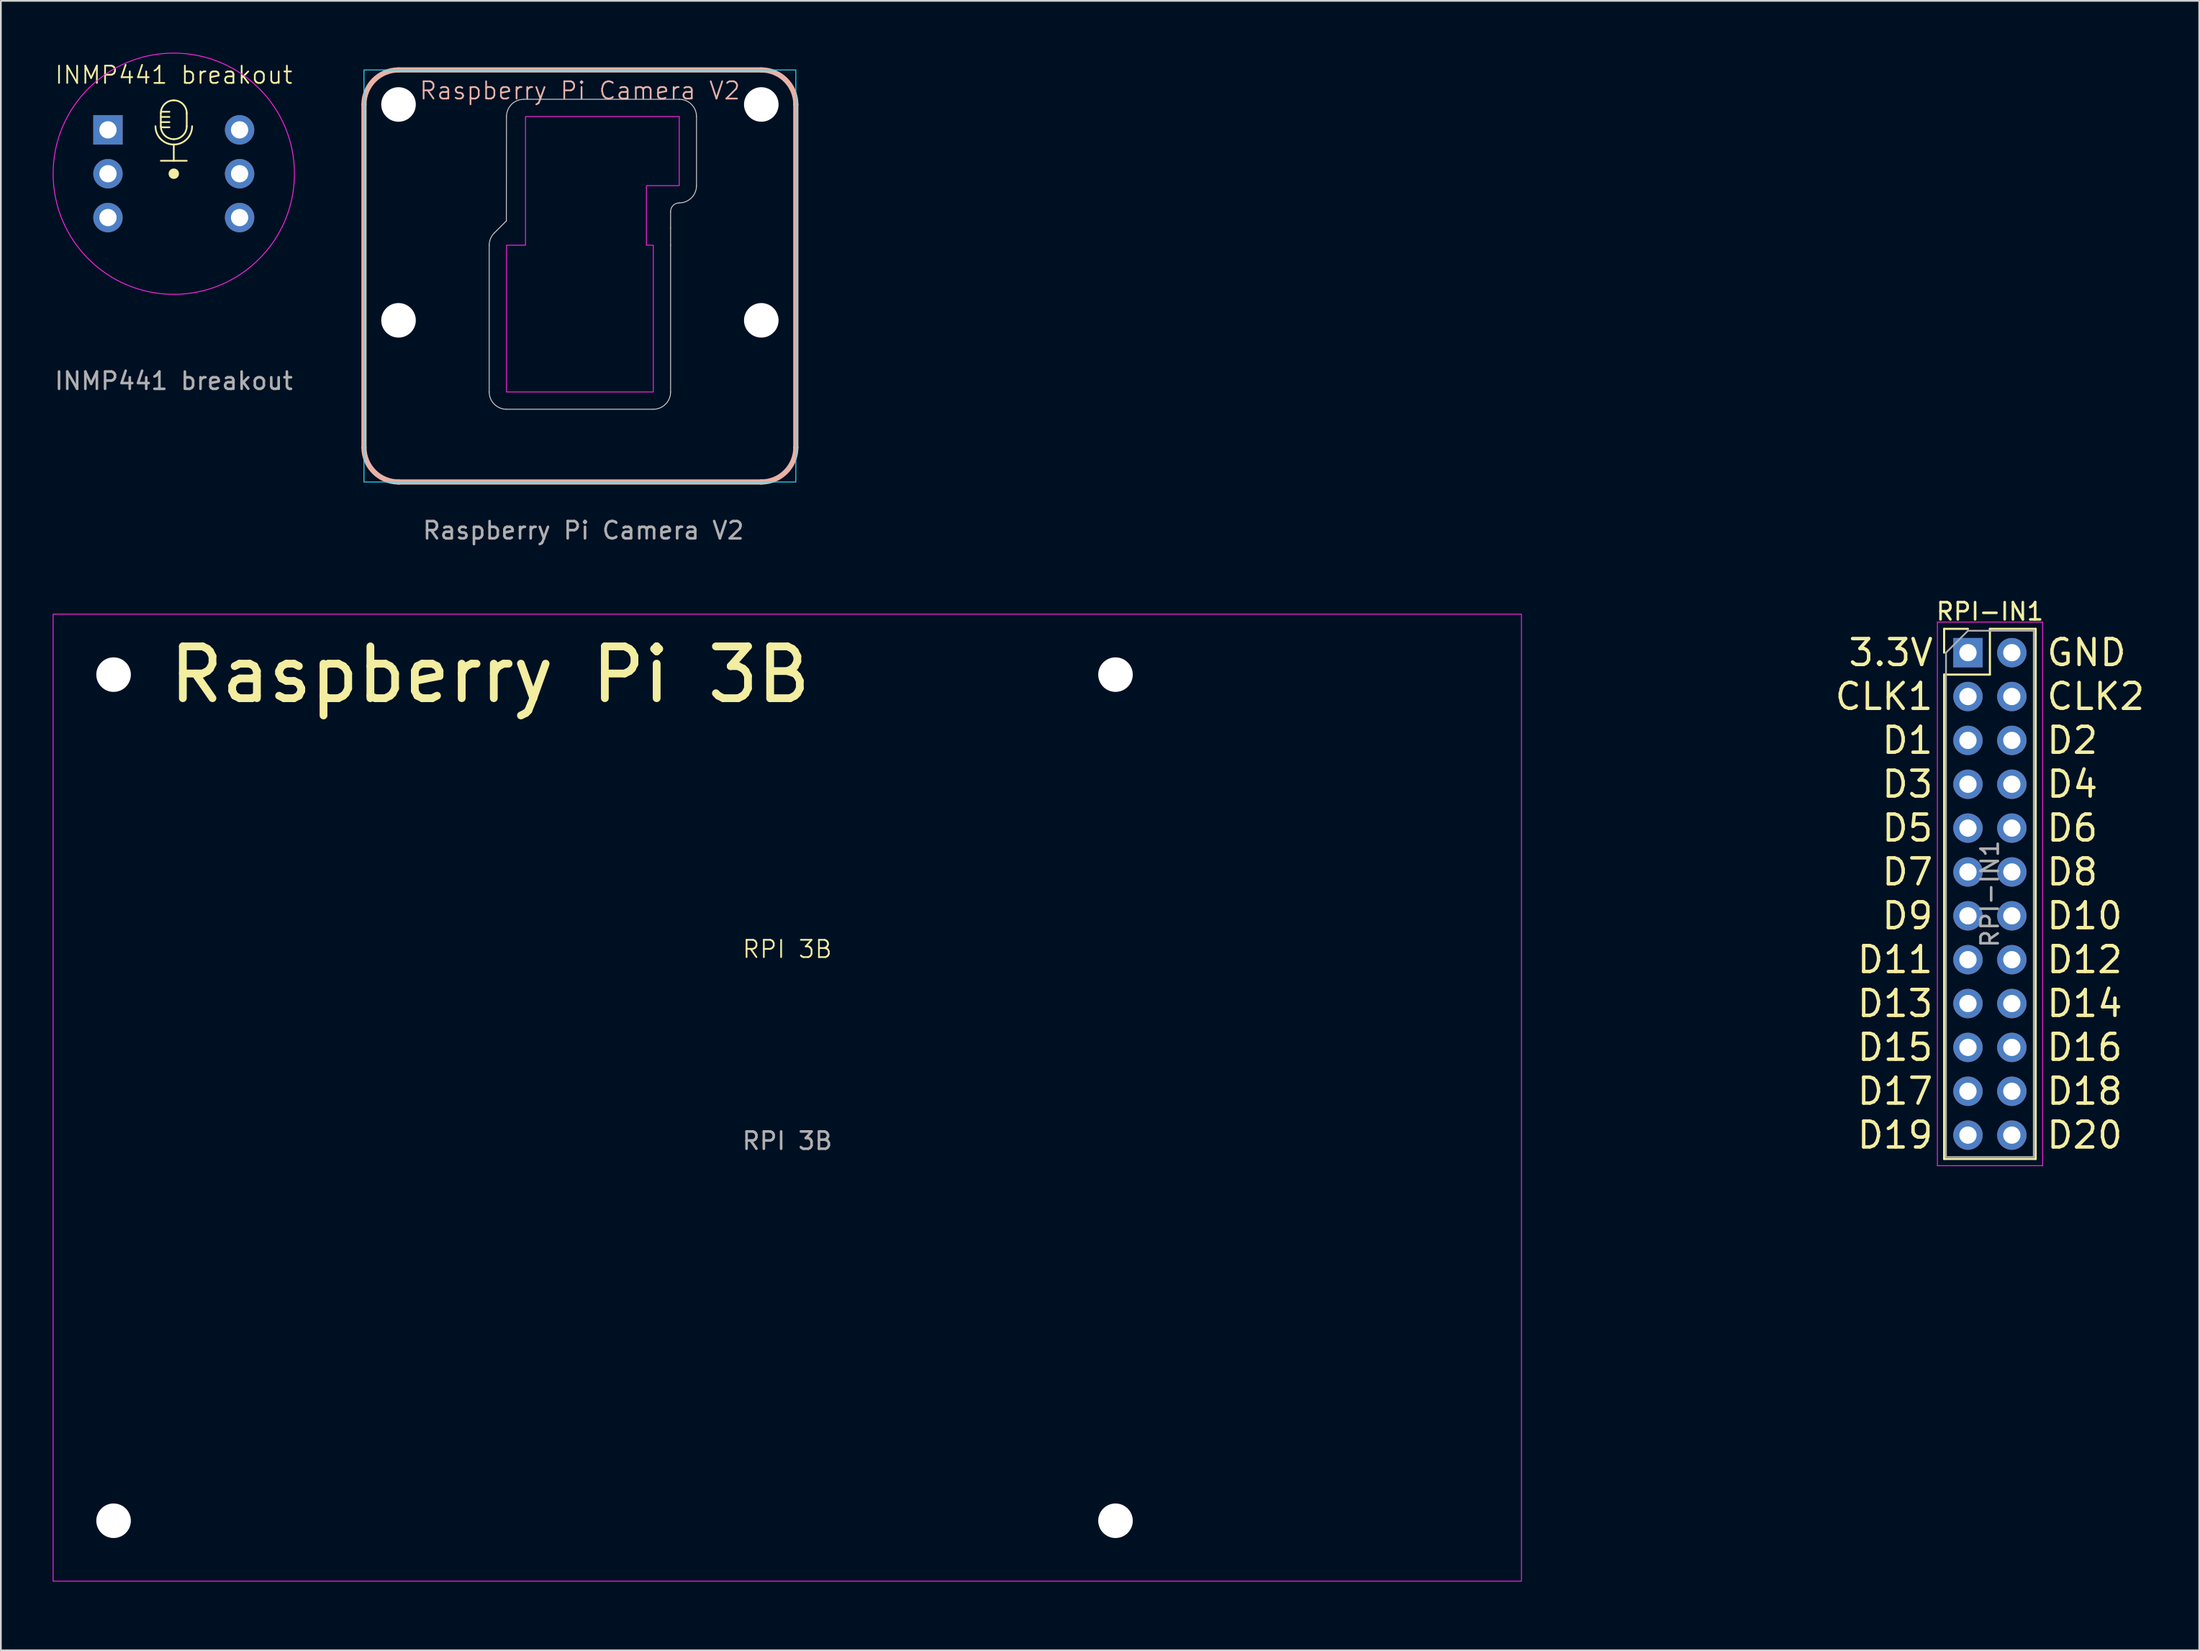
<source format=kicad_pcb>
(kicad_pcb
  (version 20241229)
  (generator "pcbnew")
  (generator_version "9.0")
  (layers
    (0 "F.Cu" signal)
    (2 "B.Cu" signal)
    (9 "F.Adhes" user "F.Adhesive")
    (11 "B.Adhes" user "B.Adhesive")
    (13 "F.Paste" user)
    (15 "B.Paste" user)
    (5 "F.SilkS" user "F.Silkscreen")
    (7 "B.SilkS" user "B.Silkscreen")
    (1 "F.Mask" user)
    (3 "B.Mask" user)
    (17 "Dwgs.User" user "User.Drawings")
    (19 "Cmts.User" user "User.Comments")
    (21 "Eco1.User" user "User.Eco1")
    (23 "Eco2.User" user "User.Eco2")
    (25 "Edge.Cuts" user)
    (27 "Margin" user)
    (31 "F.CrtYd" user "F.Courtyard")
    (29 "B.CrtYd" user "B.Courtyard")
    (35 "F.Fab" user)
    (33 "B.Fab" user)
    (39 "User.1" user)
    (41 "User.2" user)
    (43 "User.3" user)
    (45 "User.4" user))
  (footprint "RPI 3B"
    (layer "F.Cu")
    (at 42.525 60.518)
    (property "Reference" "RPI 3B" (at 0 -8.6 0) (unlocked yes) (layer "F.SilkS") (effects (font (size 1 1) (thickness 0.1))))
    (attr smd)
    (fp_rect (start -42.5 -28) (end 42.5 28) (stroke (width 0.05) (type default)) (fill no) (layer "F.CrtYd"))
    (fp_text user "Raspberry Pi 3B" (at -36 -24.5 0) (unlocked yes) (layer "F.SilkS") (effects (font (size 3 3) (thickness 0.45)) (justify left)))
    (fp_text user "${REFERENCE}" (at 0 2.5 0) (unlocked yes) (layer "F.Fab") (effects (font (size 1 1) (thickness 0.15))))
    (pad "" np_thru_hole circle (at -39 -24.5) (size 2 2) (drill 2.75) (layers "*.Cu" "*.Mask"))
    (pad "" np_thru_hole circle (at -39 24.5) (size 2 2) (drill 2.75) (layers "*.Cu" "*.Mask"))
    (pad "" np_thru_hole circle (at 19 -24.5) (size 2 2) (drill 2.75) (layers "*.Cu" "*.Mask"))
    (pad "" np_thru_hole circle (at 19 24.5) (size 2 2) (drill 2.75) (layers "*.Cu" "*.Mask"))
    (zone (net_name "") (layers "F.Cu" "B.Cu") (hatch edge 0.5) (connect_pads) (min_thickness 0.25) (filled_areas_thickness no) (keepout (tracks not_allowed) (vias allowed) (pads not_allowed) (copperpour not_allowed) (footprints allowed)) (placement (enabled no)) (fill) (polygon (pts (xy 65.025 31.518) (xy 100.025 31.518) (xy 100.025 89.518) (xy 65.025 89.518)))))
  (footprint "Raspberry Pi Camera V2"
    (layer "F.Cu")
    (at 30.52 15.4)
    (property "Reference" "Raspberry Pi Camera V2" (at 0 -13.2 0) (unlocked yes) (layer "B.SilkS") (effects (font (size 1 1) (thickness 0.1))))
    (attr smd)
    (fp_line (start -12.5 7.462) (end -12.5 -12.4) (stroke (width 0.3) (type default)) (layer "B.SilkS"))
    (fp_line (start -10.5 -14.4) (end 10.5 -14.4) (stroke (width 0.3) (type default)) (layer "B.SilkS"))
    (fp_line (start 10.5 9.462) (end -10.5 9.462) (stroke (width 0.3) (type default)) (layer "B.SilkS"))
    (fp_line (start 12.5 -12.4) (end 12.5 7.462) (stroke (width 0.3) (type default)) (layer "B.SilkS"))
    (fp_arc (start -12.5 -12.4) (mid -11.914214 -13.814214) (end -10.5 -14.4) (stroke (width 0.3) (type default)) (layer "B.SilkS"))
    (fp_arc (start -10.5 9.462) (mid -11.914214 8.876214) (end -12.5 7.462) (stroke (width 0.3) (type default)) (layer "B.SilkS"))
    (fp_arc (start 10.5 -14.4) (mid 11.914214 -13.814214) (end 12.5 -12.4) (stroke (width 0.3) (type default)) (layer "B.SilkS"))
    (fp_arc (start 12.5 7.462) (mid 11.914214 8.876214) (end 10.5 9.462) (stroke (width 0.3) (type default)) (layer "B.SilkS"))
    (fp_line (start -5.25 4.25) (end -5.25 -4.25) (stroke (width 0.05) (type default)) (layer "Edge.Cuts"))
    (fp_line (start -4.957 -4.957) (end -4.257 -5.657) (stroke (width 0.05) (type default)) (layer "Edge.Cuts"))
    (fp_line (start -4.25 -11.7) (end -4.257 -5.657) (stroke (width 0.05) (type default)) (layer "Edge.Cuts"))
    (fp_line (start 4.25 5.25) (end -4.25 5.25) (stroke (width 0.05) (type default)) (layer "Edge.Cuts"))
    (fp_line (start 5.25 -5.25) (end 5.25 -6.2) (stroke (width 0.05) (type default)) (layer "Edge.Cuts"))
    (fp_line (start 5.25 -4.25) (end 5.25 -5.25) (stroke (width 0.05) (type default)) (layer "Edge.Cuts"))
    (fp_line (start 5.25 -4.25) (end 5.25 4.25) (stroke (width 0.05) (type default)) (layer "Edge.Cuts"))
    (fp_line (start 5.75 -12.7) (end -3.25 -12.7) (stroke (width 0.05) (type default)) (layer "Edge.Cuts"))
    (fp_line (start 6.75 -7.7) (end 6.75 -11.7) (stroke (width 0.05) (type default)) (layer "Edge.Cuts"))
    (fp_arc (start -5.25 -4.25) (mid -5.17388 -4.632684) (end -4.957107 -4.957107) (stroke (width 0.05) (type default)) (layer "Edge.Cuts"))
    (fp_arc (start -4.25 -11.7) (mid -3.957107 -12.407107) (end -3.25 -12.7) (stroke (width 0.05) (type default)) (layer "Edge.Cuts"))
    (fp_arc (start -4.25 5.25) (mid -4.957107 4.957107) (end -5.25 4.25) (stroke (width 0.05) (type default)) (layer "Edge.Cuts"))
    (fp_arc (start 5.25 -6.2) (mid 5.396447 -6.553553) (end 5.75 -6.7) (stroke (width 0.05) (type default)) (layer "Edge.Cuts"))
    (fp_arc (start 5.25 4.25) (mid 4.957107 4.957107) (end 4.25 5.25) (stroke (width 0.05) (type default)) (layer "Edge.Cuts"))
    (fp_arc (start 5.75 -12.7) (mid 6.457107 -12.407107) (end 6.75 -11.7) (stroke (width 0.05) (type default)) (layer "Edge.Cuts"))
    (fp_arc (start 6.75 -7.7) (mid 6.457107 -6.992893) (end 5.75 -6.7) (stroke (width 0.05) (type default)) (layer "Edge.Cuts"))
    (fp_rect (start -12.5 -14.4) (end 12.5 9.462) (stroke (width 0.05) (type default)) (fill no) (layer "B.CrtYd"))
    (fp_poly (pts (xy -3.15 -11.7) (xy -3.15 -4.251) (xy -4.25 -4.25) (xy -4.25 4.25) (xy 4.25 4.25) (xy 4.25 -4.25) (xy 3.85 -4.251) (xy 3.85 -7.7) (xy 5.75 -7.7) (xy 5.75 -11.7)) (stroke (width 0.05) (type solid)) (fill no) (layer "F.CrtYd"))
    (fp_text user "${REFERENCE}" (at 0.2 12.27 0) (unlocked yes) (layer "F.Fab") (effects (font (size 1 1) (thickness 0.15))))
    (pad "" np_thru_hole circle (at -10.5 -12.4) (size 2 2) (drill 2.4) (layers "*.Cu" "*.Mask"))
    (pad "" np_thru_hole circle (at -10.5 0.1) (size 2 2) (drill 2.4) (layers "*.Cu" "*.Mask"))
    (pad "" np_thru_hole circle (at 10.5 -12.4) (size 2 2) (drill 2.4) (layers "*.Cu" "*.Mask"))
    (pad "" np_thru_hole circle (at 10.5 0.1) (size 2 2) (drill 2.4) (layers "*.Cu" "*.Mask"))
    (zone (net_name "") (layers "F.Cu" "B.Cu" "B.CrtYd") (hatch edge 0.5) (connect_pads) (min_thickness 0.25) (filled_areas_thickness no) (keepout (tracks not_allowed) (vias not_allowed) (pads not_allowed) (copperpour not_allowed) (footprints allowed)) (placement (enabled no)) (fill) (polygon (pts (xy 17.02 0) (xy 44.02 0) (xy 44.02 25.862) (xy 17.02 25.862)))))
  (footprint "INMP441 breakout"
    (layer "F.Cu")
    (at 7.01 7.01)
    (property "Reference" "INMP441 breakout" (at 0 -5.715 0) (unlocked yes) (layer "F.SilkS") (effects (font (size 1 1) (thickness 0.1))))
    (attr through_hole)
    (fp_line (start -0.75 -3.289) (end -0.25 -3.289) (stroke (width 0.1) (type default)) (layer "F.SilkS"))
    (fp_line (start -0.75 -2.989) (end -0.25 -2.989) (stroke (width 0.1) (type default)) (layer "F.SilkS"))
    (fp_line (start -0.75 -2.75) (end -0.75 -3.5) (stroke (width 0.1) (type default)) (layer "F.SilkS"))
    (fp_line (start -0.75 -0.75) (end 0.75 -0.75) (stroke (width 0.1) (type default)) (layer "F.SilkS"))
    (fp_line (start -0.7 -2.689) (end -0.25 -2.689) (stroke (width 0.1) (type default)) (layer "F.SilkS"))
    (fp_line (start -0.25 -3.589) (end -0.7 -3.589) (stroke (width 0.1) (type default)) (layer "F.SilkS"))
    (fp_line (start 0 -1.689) (end 0 -0.75) (stroke (width 0.1) (type default)) (layer "F.SilkS"))
    (fp_line (start 0.75 -3.5) (end 0.75 -2.75) (stroke (width 0.1) (type default)) (layer "F.SilkS"))
    (fp_arc (start -0.75 -3.5) (mid -0.53033 -4.03033) (end 0 -4.25) (stroke (width 0.1) (type default)) (layer "F.SilkS"))
    (fp_arc (start 0 -4.25) (mid 0.53033 -4.03033) (end 0.75 -3.5) (stroke (width 0.1) (type default)) (layer "F.SilkS"))
    (fp_arc (start 0 -2) (mid -0.53033 -2.21967) (end -0.75 -2.75) (stroke (width 0.1) (type default)) (layer "F.SilkS"))
    (fp_arc (start 0 -1.689341) (mid -0.749999 -2.000001) (end -1.060659 -2.75) (stroke (width 0.1) (type default)) (layer "F.SilkS"))
    (fp_arc (start 0.75 -2.75) (mid 0.53033 -2.21967) (end 0 -2) (stroke (width 0.1) (type default)) (layer "F.SilkS"))
    (fp_arc (start 1.06066 -2.75) (mid 0.75 -2) (end 0 -1.68934) (stroke (width 0.1) (type default)) (layer "F.SilkS"))
    (fp_poly (pts (arc (start -0.3 0) (mid 0.3 0) (end -0.3 0))) (stroke (width 0) (type solid)) (fill yes) (layer "F.SilkS"))
    (fp_circle (center 0 0) (end 6.985 0) (stroke (width 0.05) (type default)) (fill no) (layer "F.CrtYd"))
    (fp_text user "${REFERENCE}" (at 0 12 0) (unlocked yes) (layer "F.Fab") (effects (font (size 1 1) (thickness 0.15))))
    (pad "1" thru_hole rect (at -3.81 -2.54) (size 1.7 1.7) (drill 1) (layers "*.Cu" "*.Mask"))
    (pad "2" thru_hole circle (at -3.81 0) (size 1.7 1.7) (drill 1) (layers "*.Cu" "*.Mask"))
    (pad "3" thru_hole circle (at -3.81 2.54) (size 1.7 1.7) (drill 1) (layers "*.Cu" "*.Mask"))
    (pad "4" thru_hole circle (at 3.81 -2.54) (size 1.7 1.7) (drill 1) (layers "*.Cu" "*.Mask"))
    (pad "5" thru_hole circle (at 3.81 0) (size 1.7 1.7) (drill 1) (layers "*.Cu" "*.Mask"))
    (pad "6" thru_hole circle (at 3.81 2.54) (size 1.7 1.7) (drill 1) (layers "*.Cu" "*.Mask")))
  (footprint "RPI-IN1"
    (layer "F.Cu")
    (at 110.873 34.746)
    (property "Reference" "RPI-IN1" (at 1.27 -2.38 180) (layer "F.SilkS") (effects (font (size 1 1) (thickness 0.15))))
    (attr through_hole)
    (fp_line (start -1.38 -1.38) (end 0 -1.38) (stroke (width 0.12) (type solid)) (layer "F.SilkS"))
    (fp_line (start -1.38 0) (end -1.38 -1.38) (stroke (width 0.12) (type solid)) (layer "F.SilkS"))
    (fp_line (start -1.38 1.27) (end -1.38 29.32) (stroke (width 0.12) (type solid)) (layer "F.SilkS"))
    (fp_line (start -1.38 1.27) (end 1.27 1.27) (stroke (width 0.12) (type solid)) (layer "F.SilkS"))
    (fp_line (start -1.38 29.32) (end 3.92 29.32) (stroke (width 0.12) (type solid)) (layer "F.SilkS"))
    (fp_line (start 1.27 -1.38) (end 3.92 -1.38) (stroke (width 0.12) (type solid)) (layer "F.SilkS"))
    (fp_line (start 1.27 1.27) (end 1.27 -1.38) (stroke (width 0.12) (type solid)) (layer "F.SilkS"))
    (fp_line (start 3.92 -1.38) (end 3.92 29.32) (stroke (width 0.12) (type solid)) (layer "F.SilkS"))
    (fp_line (start -1.77 -1.77) (end -1.77 29.71) (stroke (width 0.05) (type solid)) (layer "F.CrtYd"))
    (fp_line (start -1.77 29.71) (end 4.32 29.71) (stroke (width 0.05) (type solid)) (layer "F.CrtYd"))
    (fp_line (start 4.32 -1.77) (end -1.77 -1.77) (stroke (width 0.05) (type solid)) (layer "F.CrtYd"))
    (fp_line (start 4.32 29.71) (end 4.32 -1.77) (stroke (width 0.05) (type solid)) (layer "F.CrtYd"))
    (fp_line (start -1.27 0) (end 0 -1.27) (stroke (width 0.1) (type solid)) (layer "F.Fab"))
    (fp_line (start -1.27 29.21) (end -1.27 0) (stroke (width 0.1) (type solid)) (layer "F.Fab"))
    (fp_line (start 0 -1.27) (end 3.81 -1.27) (stroke (width 0.1) (type solid)) (layer "F.Fab"))
    (fp_line (start 3.81 -1.27) (end 3.81 29.21) (stroke (width 0.1) (type solid)) (layer "F.Fab"))
    (fp_line (start 3.81 29.21) (end -1.27 29.21) (stroke (width 0.1) (type solid)) (layer "F.Fab"))
    (fp_text user "D6" (at 4.445 10.16 0) (unlocked yes) (layer "F.SilkS") (effects (font (size 1.5 1.5) (thickness 0.2)) (justify left)))
    (fp_text user "CLK2" (at 4.445 2.54 0) (unlocked yes) (layer "F.SilkS") (effects (font (size 1.5 1.5) (thickness 0.2)) (justify left)))
    (fp_text user "GND" (at 4.445 0 0) (unlocked yes) (layer "F.SilkS") (effects (font (size 1.5 1.5) (thickness 0.2)) (justify left)))
    (fp_text user "D16" (at 4.445 22.86 0) (unlocked yes) (layer "F.SilkS") (effects (font (size 1.5 1.5) (thickness 0.2)) (justify left)))
    (fp_text user "D10" (at 4.445 15.24 0) (unlocked yes) (layer "F.SilkS") (effects (font (size 1.5 1.5) (thickness 0.2)) (justify left)))
    (fp_text user "D3" (at -1.905 7.62 0) (unlocked yes) (layer "F.SilkS") (effects (font (size 1.5 1.5) (thickness 0.2)) (justify right)))
    (fp_text user "D11" (at -1.905 17.78 0) (unlocked yes) (layer "F.SilkS") (effects (font (size 1.5 1.5) (thickness 0.2)) (justify right)))
    (fp_text user "D1" (at -1.905 5.08 0) (unlocked yes) (layer "F.SilkS") (effects (font (size 1.5 1.5) (thickness 0.2)) (justify right)))
    (fp_text user "3.3V" (at -1.905 0 0) (unlocked yes) (layer "F.SilkS") (effects (font (size 1.5 1.5) (thickness 0.2)) (justify right)))
    (fp_text user "D14" (at 4.445 20.32 0) (unlocked yes) (layer "F.SilkS") (effects (font (size 1.5 1.5) (thickness 0.2)) (justify left)))
    (fp_text user "D2" (at 4.445 5.08 0) (unlocked yes) (layer "F.SilkS") (effects (font (size 1.5 1.5) (thickness 0.2)) (justify left)))
    (fp_text user "D18" (at 4.445 25.4 0) (unlocked yes) (layer "F.SilkS") (effects (font (size 1.5 1.5) (thickness 0.2)) (justify left)))
    (fp_text user "D15" (at -1.905 22.86 0) (unlocked yes) (layer "F.SilkS") (effects (font (size 1.5 1.5) (thickness 0.2)) (justify right)))
    (fp_text user "D9" (at -1.905 15.24 0) (unlocked yes) (layer "F.SilkS") (effects (font (size 1.5 1.5) (thickness 0.2)) (justify right)))
    (fp_text user "D8" (at 4.445 12.7 0) (unlocked yes) (layer "F.SilkS") (effects (font (size 1.5 1.5) (thickness 0.2)) (justify left)))
    (fp_text user "D19" (at -1.905 27.94 0) (unlocked yes) (layer "F.SilkS") (effects (font (size 1.5 1.5) (thickness 0.2)) (justify right)))
    (fp_text user "D12" (at 4.445 17.78 0) (unlocked yes) (layer "F.SilkS") (effects (font (size 1.5 1.5) (thickness 0.2)) (justify left)))
    (fp_text user "D5" (at -1.905 10.16 0) (unlocked yes) (layer "F.SilkS") (effects (font (size 1.5 1.5) (thickness 0.2)) (justify right)))
    (fp_text user "D20" (at 4.445 27.94 0) (unlocked yes) (layer "F.SilkS") (effects (font (size 1.5 1.5) (thickness 0.2)) (justify left)))
    (fp_text user "D13" (at -1.905 20.32 0) (unlocked yes) (layer "F.SilkS") (effects (font (size 1.5 1.5) (thickness 0.2)) (justify right)))
    (fp_text user "CLK1" (at -1.905 2.54 0) (unlocked yes) (layer "F.SilkS") (effects (font (size 1.5 1.5) (thickness 0.2)) (justify right)))
    (fp_text user "D4" (at 4.445 7.62 0) (unlocked yes) (layer "F.SilkS") (effects (font (size 1.5 1.5) (thickness 0.2)) (justify left)))
    (fp_text user "D17" (at -1.905 25.4 0) (unlocked yes) (layer "F.SilkS") (effects (font (size 1.5 1.5) (thickness 0.2)) (justify right)))
    (fp_text user "D7" (at -1.905 12.7 0) (unlocked yes) (layer "F.SilkS") (effects (font (size 1.5 1.5) (thickness 0.2)) (justify right)))
    (fp_text user "${REFERENCE}" (at 1.27 13.97 90) (layer "F.Fab") (effects (font (size 1 1) (thickness 0.15))))
    (pad "1" thru_hole rect (at 0 0) (size 1.7 1.7) (drill 1) (layers "*.Cu" "*.Mask"))
    (pad "2" thru_hole circle (at 2.54 0) (size 1.7 1.7) (drill 1) (layers "*.Cu" "*.Mask"))
    (pad "3" thru_hole circle (at 0 2.54) (size 1.7 1.7) (drill 1) (layers "*.Cu" "*.Mask"))
    (pad "4" thru_hole circle (at 2.54 2.54) (size 1.7 1.7) (drill 1) (layers "*.Cu" "*.Mask"))
    (pad "5" thru_hole circle (at 0 5.08) (size 1.7 1.7) (drill 1) (layers "*.Cu" "*.Mask"))
    (pad "6" thru_hole circle (at 2.54 5.08) (size 1.7 1.7) (drill 1) (layers "*.Cu" "*.Mask"))
    (pad "7" thru_hole circle (at 0 7.62) (size 1.7 1.7) (drill 1) (layers "*.Cu" "*.Mask"))
    (pad "8" thru_hole circle (at 2.54 7.62) (size 1.7 1.7) (drill 1) (layers "*.Cu" "*.Mask"))
    (pad "9" thru_hole circle (at 0 10.16) (size 1.7 1.7) (drill 1) (layers "*.Cu" "*.Mask"))
    (pad "10" thru_hole circle (at 2.54 10.16) (size 1.7 1.7) (drill 1) (layers "*.Cu" "*.Mask"))
    (pad "11" thru_hole circle (at 0 12.7) (size 1.7 1.7) (drill 1) (layers "*.Cu" "*.Mask"))
    (pad "12" thru_hole circle (at 2.54 12.7) (size 1.7 1.7) (drill 1) (layers "*.Cu" "*.Mask"))
    (pad "13" thru_hole circle (at 0 15.24) (size 1.7 1.7) (drill 1) (layers "*.Cu" "*.Mask"))
    (pad "14" thru_hole circle (at 2.54 15.24) (size 1.7 1.7) (drill 1) (layers "*.Cu" "*.Mask"))
    (pad "15" thru_hole circle (at 0 17.78) (size 1.7 1.7) (drill 1) (layers "*.Cu" "*.Mask"))
    (pad "16" thru_hole circle (at 2.54 17.78) (size 1.7 1.7) (drill 1) (layers "*.Cu" "*.Mask"))
    (pad "17" thru_hole circle (at 0 20.32) (size 1.7 1.7) (drill 1) (layers "*.Cu" "*.Mask"))
    (pad "18" thru_hole circle (at 2.54 20.32) (size 1.7 1.7) (drill 1) (layers "*.Cu" "*.Mask"))
    (pad "19" thru_hole circle (at 0 22.86) (size 1.7 1.7) (drill 1) (layers "*.Cu" "*.Mask"))
    (pad "20" thru_hole circle (at 2.54 22.86) (size 1.7 1.7) (drill 1) (layers "*.Cu" "*.Mask"))
    (pad "21" thru_hole circle (at 0 25.4) (size 1.7 1.7) (drill 1) (layers "*.Cu" "*.Mask"))
    (pad "22" thru_hole circle (at 2.54 25.4) (size 1.7 1.7) (drill 1) (layers "*.Cu" "*.Mask"))
    (pad "23" thru_hole circle (at 0 27.94) (size 1.7 1.7) (drill 1) (layers "*.Cu" "*.Mask"))
    (pad "24" thru_hole circle (at 2.54 27.94) (size 1.7 1.7) (drill 1) (layers "*.Cu" "*.Mask")))
  (gr_rect
    (start -3 -3)
    (end 124.261 92.518)
    (stroke (width 0.1) (type default))
    (fill no)
    (layer "Edge.Cuts")))
</source>
